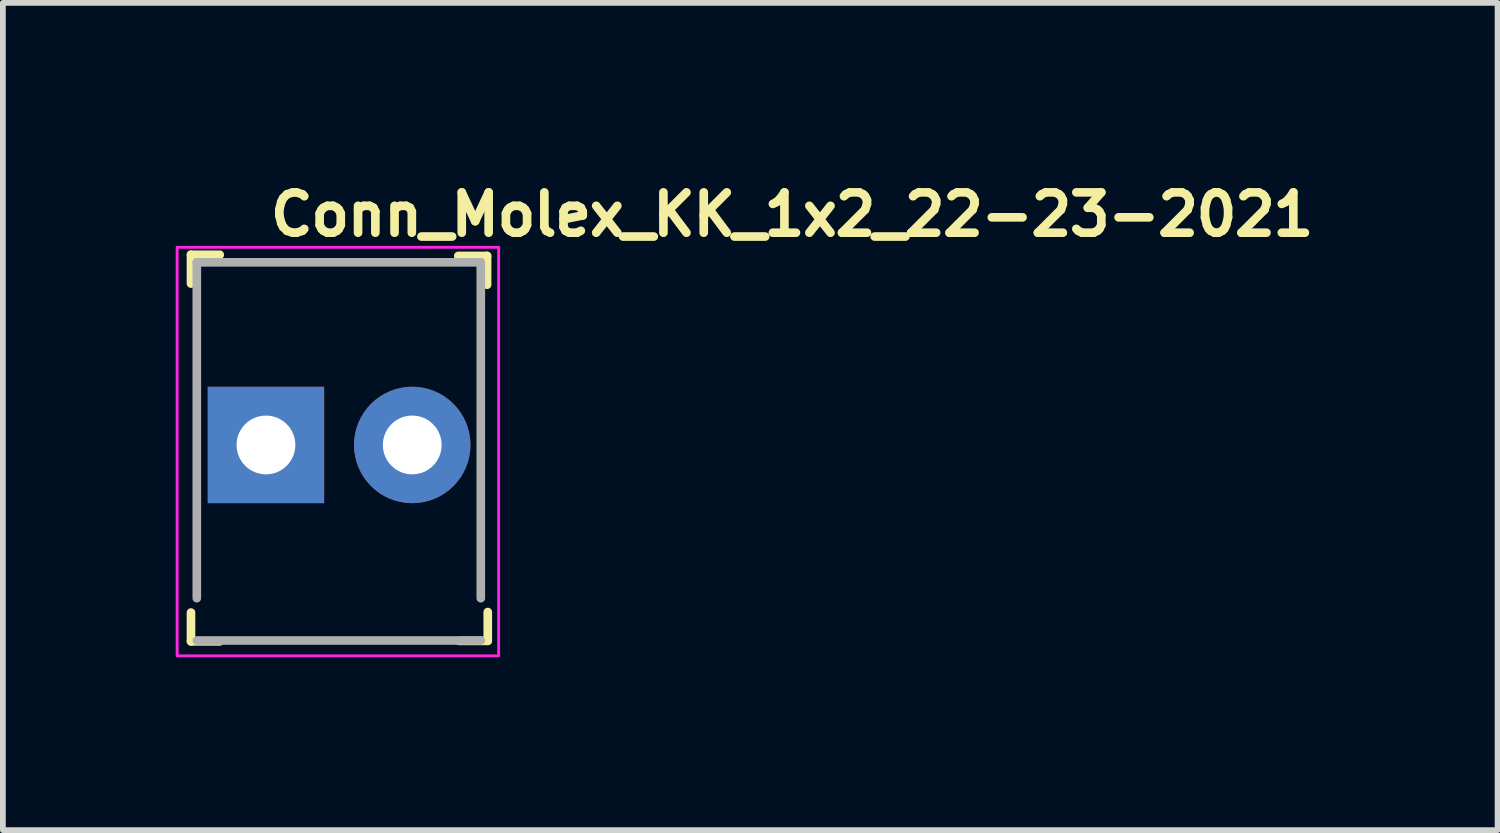
<source format=kicad_pcb>
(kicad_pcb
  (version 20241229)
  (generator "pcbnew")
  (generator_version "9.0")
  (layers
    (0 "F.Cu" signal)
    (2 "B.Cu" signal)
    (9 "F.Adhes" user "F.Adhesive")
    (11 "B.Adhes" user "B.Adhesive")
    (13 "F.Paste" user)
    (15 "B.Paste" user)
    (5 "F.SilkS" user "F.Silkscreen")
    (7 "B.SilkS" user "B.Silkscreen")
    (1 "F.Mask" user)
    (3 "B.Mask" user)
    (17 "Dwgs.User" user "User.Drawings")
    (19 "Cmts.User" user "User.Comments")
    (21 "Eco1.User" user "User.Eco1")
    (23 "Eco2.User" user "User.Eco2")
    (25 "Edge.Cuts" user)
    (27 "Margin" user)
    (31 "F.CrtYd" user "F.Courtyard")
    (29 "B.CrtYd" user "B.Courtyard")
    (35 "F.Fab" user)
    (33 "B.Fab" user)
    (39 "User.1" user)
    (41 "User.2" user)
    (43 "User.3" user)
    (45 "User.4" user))
  (footprint "Conn_Molex_KK_1x2_22-23-2021"
    (layer "F.Cu")
    (at 1.566 4.673)
    (property "Reference" "Conn_Molex_KK_1x2_22-23-2021" (at 0 -4 0) (layer "F.SilkS") (effects (font (size 0.7 0.7) (thickness 0.15)) (justify left)))
    (attr through_hole)
    (fp_line (start -1.301 -3.301) (end -1.301 -2.801) (stroke (width 0.15) (type solid)) (layer "F.SilkS"))
    (fp_line (start -1.301 -3.301) (end -0.802 -3.301) (stroke (width 0.15) (type solid)) (layer "F.SilkS"))
    (fp_line (start -1.301 3.409) (end -1.301 2.909) (stroke (width 0.15) (type solid)) (layer "F.SilkS"))
    (fp_line (start -1.301 3.409) (end -0.802 3.409) (stroke (width 0.15) (type solid)) (layer "F.SilkS"))
    (fp_line (start 3.838 -3.281) (end 3.338 -3.281) (stroke (width 0.15) (type solid)) (layer "F.SilkS"))
    (fp_line (start 3.838 -3.281) (end 3.838 -2.781) (stroke (width 0.15) (type solid)) (layer "F.SilkS"))
    (fp_line (start 3.85 3.4) (end 3.35 3.4) (stroke (width 0.15) (type solid)) (layer "F.SilkS"))
    (fp_line (start 3.85 3.4) (end 3.85 2.9) (stroke (width 0.15) (type solid)) (layer "F.SilkS"))
    (fp_rect (start -1.541 -3.431) (end 4.039 3.66) (stroke (width 0.05) (type solid)) (fill no) (layer "F.CrtYd"))
    (fp_line (start -1.2 -3.17) (end -1.2 2.66) (stroke (width 0.15) (type solid)) (layer "F.Fab"))
    (fp_line (start -1.2 -3.17) (end 3.729 -3.17) (stroke (width 0.15) (type solid)) (layer "F.Fab"))
    (fp_line (start -1.2 3.394) (end 3.729 3.394) (stroke (width 0.15) (type solid)) (layer "F.Fab"))
    (fp_line (start 3.729 -3.17) (end 3.729 2.66) (stroke (width 0.15) (type solid)) (layer "F.Fab"))
    (fp_rect (start -1.291 -3.181) (end 3.789 3.41) (stroke (width 0.1) (type solid)) (fill no) (layer "User.5"))
    (fp_line (start -1.291 -3.181) (end -1.291 -2.543) (stroke (width 0.02) (type solid)) (layer "User.9"))
    (fp_line (start -1.291 -3.181) (end -0.02 -3.181) (stroke (width 0.02) (type solid)) (layer "User.9"))
    (fp_line (start -1.291 -2.543) (end -1.291 -2.495) (stroke (width 0.02) (type solid)) (layer "User.9"))
    (fp_line (start -1.291 -2.543) (end -0.02 -2.543) (stroke (width 0.02) (type solid)) (layer "User.9"))
    (fp_line (start -1.291 -2.495) (end -1.291 -2.495) (stroke (width 0.02) (type solid)) (layer "User.9"))
    (fp_line (start -1.291 -2.495) (end -1.291 -2.372) (stroke (width 0.02) (type solid)) (layer "User.9"))
    (fp_line (start -1.291 -2.372) (end -1.291 -2.372) (stroke (width 0.02) (type solid)) (layer "User.9"))
    (fp_line (start -1.291 -2.372) (end -1.291 -2.089) (stroke (width 0.02) (type solid)) (layer "User.9"))
    (fp_line (start -1.291 -2.089) (end -1.291 -2.089) (stroke (width 0.02) (type solid)) (layer "User.9"))
    (fp_line (start -1.291 -2.089) (end -1.291 -2.023) (stroke (width 0.02) (type solid)) (layer "User.9"))
    (fp_line (start -1.291 -2.023) (end -1.291 -2.023) (stroke (width 0.02) (type solid)) (layer "User.9"))
    (fp_line (start -1.291 -2.023) (end -1.291 -1.962) (stroke (width 0.02) (type solid)) (layer "User.9"))
    (fp_line (start -1.291 -1.962) (end -1.291 -1.962) (stroke (width 0.02) (type solid)) (layer "User.9"))
    (fp_line (start -1.291 -1.962) (end -1.291 -1.909) (stroke (width 0.02) (type solid)) (layer "User.9"))
    (fp_line (start -1.291 -1.909) (end -1.291 -1.909) (stroke (width 0.02) (type solid)) (layer "User.9"))
    (fp_line (start -1.291 -1.909) (end -1.291 -1.867) (stroke (width 0.02) (type solid)) (layer "User.9"))
    (fp_line (start -1.291 -1.867) (end -1.291 -1.867) (stroke (width 0.02) (type solid)) (layer "User.9"))
    (fp_line (start -1.291 -1.867) (end -1.291 -1.835) (stroke (width 0.02) (type solid)) (layer "User.9"))
    (fp_line (start -1.291 -1.835) (end -1.291 -1.835) (stroke (width 0.02) (type solid)) (layer "User.9"))
    (fp_line (start -1.291 -1.835) (end -1.291 -1.817) (stroke (width 0.02) (type solid)) (layer "User.9"))
    (fp_line (start -1.291 -1.817) (end -1.291 -1.817) (stroke (width 0.02) (type solid)) (layer "User.9"))
    (fp_line (start -1.291 -1.817) (end -1.291 -1.809) (stroke (width 0.02) (type solid)) (layer "User.9"))
    (fp_line (start -1.291 -1.809) (end -1.291 3.394) (stroke (width 0.02) (type solid)) (layer "User.9"))
    (fp_line (start -1.291 -1.809) (end -0.02 -1.809) (stroke (width 0.02) (type solid)) (layer "User.9"))
    (fp_line (start -1.291 3.394) (end 3.789 3.394) (stroke (width 0.02) (type solid)) (layer "User.9"))
    (fp_line (start -0.339 -0.325) (end -0.339 0.31) (stroke (width 0.02) (type solid)) (layer "User.9"))
    (fp_line (start -0.339 -0.325) (end 0.296 -0.325) (stroke (width 0.02) (type solid)) (layer "User.9"))
    (fp_line (start -0.339 0.31) (end 0.296 0.31) (stroke (width 0.02) (type solid)) (layer "User.9"))
    (fp_line (start -0.02 -3.181) (end -0.02 -3.172) (stroke (width 0.02) (type solid)) (layer "User.9"))
    (fp_line (start -0.02 -3.181) (end 2.519 -3.181) (stroke (width 0.02) (type solid)) (layer "User.9"))
    (fp_line (start -0.02 -3.172) (end -0.02 -3.172) (stroke (width 0.02) (type solid)) (layer "User.9"))
    (fp_line (start -0.02 -3.172) (end -0.02 -3.141) (stroke (width 0.02) (type solid)) (layer "User.9"))
    (fp_line (start -0.02 -3.141) (end -0.02 -3.141) (stroke (width 0.02) (type solid)) (layer "User.9"))
    (fp_line (start -0.02 -3.141) (end -0.02 -3.093) (stroke (width 0.02) (type solid)) (layer "User.9"))
    (fp_line (start -0.02 -3.093) (end -0.02 -3.093) (stroke (width 0.02) (type solid)) (layer "User.9"))
    (fp_line (start -0.02 -3.093) (end -0.02 -3.025) (stroke (width 0.02) (type solid)) (layer "User.9"))
    (fp_line (start -0.02 -3.025) (end -0.02 -3.025) (stroke (width 0.02) (type solid)) (layer "User.9"))
    (fp_line (start -0.02 -3.025) (end -0.02 -2.943) (stroke (width 0.02) (type solid)) (layer "User.9"))
    (fp_line (start -0.02 -2.943) (end -0.02 -2.943) (stroke (width 0.02) (type solid)) (layer "User.9"))
    (fp_line (start -0.02 -2.943) (end -0.02 -2.848) (stroke (width 0.02) (type solid)) (layer "User.9"))
    (fp_line (start -0.02 -2.848) (end -0.02 -2.848) (stroke (width 0.02) (type solid)) (layer "User.9"))
    (fp_line (start -0.02 -2.848) (end -0.02 -2.743) (stroke (width 0.02) (type solid)) (layer "User.9"))
    (fp_line (start -0.02 -2.743) (end -0.02 -2.743) (stroke (width 0.02) (type solid)) (layer "User.9"))
    (fp_line (start -0.02 -2.743) (end -0.02 -2.404) (stroke (width 0.02) (type solid)) (layer "User.9"))
    (fp_line (start -0.02 -2.404) (end -0.02 -2.404) (stroke (width 0.02) (type solid)) (layer "User.9"))
    (fp_line (start -0.02 -2.404) (end -0.02 -2.193) (stroke (width 0.02) (type solid)) (layer "User.9"))
    (fp_line (start -0.02 -2.193) (end -0.02 -2.193) (stroke (width 0.02) (type solid)) (layer "User.9"))
    (fp_line (start -0.02 -2.193) (end -0.02 -2.101) (stroke (width 0.02) (type solid)) (layer "User.9"))
    (fp_line (start -0.02 -2.101) (end -0.02 -2.101) (stroke (width 0.02) (type solid)) (layer "User.9"))
    (fp_line (start -0.02 -2.101) (end -0.02 -2.024) (stroke (width 0.02) (type solid)) (layer "User.9"))
    (fp_line (start -0.02 -2.024) (end -0.02 -1.307) (stroke (width 0.02) (type solid)) (layer "User.9"))
    (fp_line (start -0.02 -1.149) (end -0.02 -1.307) (stroke (width 0.02) (type solid)) (layer "User.9"))
    (fp_line (start -0.02 -1.149) (end 2.519 -1.149) (stroke (width 0.02) (type solid)) (layer "User.9"))
    (fp_line (start 0.296 -0.325) (end 0.296 0.31) (stroke (width 0.02) (type solid)) (layer "User.9"))
    (fp_line (start 2.201 -0.325) (end 2.201 0.31) (stroke (width 0.02) (type solid)) (layer "User.9"))
    (fp_line (start 2.201 -0.325) (end 2.837 -0.325) (stroke (width 0.02) (type solid)) (layer "User.9"))
    (fp_line (start 2.201 0.31) (end 2.837 0.31) (stroke (width 0.02) (type solid)) (layer "User.9"))
    (fp_line (start 2.519 -3.181) (end 2.519 -3.172) (stroke (width 0.02) (type solid)) (layer "User.9"))
    (fp_line (start 2.519 -3.181) (end 3.789 -3.181) (stroke (width 0.02) (type solid)) (layer "User.9"))
    (fp_line (start 2.519 -3.172) (end 2.519 -3.172) (stroke (width 0.02) (type solid)) (layer "User.9"))
    (fp_line (start 2.519 -3.172) (end 2.519 -3.141) (stroke (width 0.02) (type solid)) (layer "User.9"))
    (fp_line (start 2.519 -3.141) (end 2.519 -3.141) (stroke (width 0.02) (type solid)) (layer "User.9"))
    (fp_line (start 2.519 -3.141) (end 2.519 -3.093) (stroke (width 0.02) (type solid)) (layer "User.9"))
    (fp_line (start 2.519 -3.093) (end 2.519 -3.093) (stroke (width 0.02) (type solid)) (layer "User.9"))
    (fp_line (start 2.519 -3.093) (end 2.519 -3.025) (stroke (width 0.02) (type solid)) (layer "User.9"))
    (fp_line (start 2.519 -3.025) (end 2.519 -3.025) (stroke (width 0.02) (type solid)) (layer "User.9"))
    (fp_line (start 2.519 -3.025) (end 2.519 -2.943) (stroke (width 0.02) (type solid)) (layer "User.9"))
    (fp_line (start 2.519 -2.943) (end 2.519 -2.943) (stroke (width 0.02) (type solid)) (layer "User.9"))
    (fp_line (start 2.519 -2.943) (end 2.519 -2.848) (stroke (width 0.02) (type solid)) (layer "User.9"))
    (fp_line (start 2.519 -2.848) (end 2.519 -2.848) (stroke (width 0.02) (type solid)) (layer "User.9"))
    (fp_line (start 2.519 -2.848) (end 2.519 -2.743) (stroke (width 0.02) (type solid)) (layer "User.9"))
    (fp_line (start 2.519 -2.743) (end 2.519 -2.743) (stroke (width 0.02) (type solid)) (layer "User.9"))
    (fp_line (start 2.519 -2.743) (end 2.519 -2.404) (stroke (width 0.02) (type solid)) (layer "User.9"))
    (fp_line (start 2.519 -2.543) (end 3.789 -2.543) (stroke (width 0.02) (type solid)) (layer "User.9"))
    (fp_line (start 2.519 -2.404) (end 2.519 -2.404) (stroke (width 0.02) (type solid)) (layer "User.9"))
    (fp_line (start 2.519 -2.404) (end 2.519 -2.193) (stroke (width 0.02) (type solid)) (layer "User.9"))
    (fp_line (start 2.519 -2.193) (end 2.519 -2.193) (stroke (width 0.02) (type solid)) (layer "User.9"))
    (fp_line (start 2.519 -2.193) (end 2.519 -2.101) (stroke (width 0.02) (type solid)) (layer "User.9"))
    (fp_line (start 2.519 -2.101) (end 2.519 -2.101) (stroke (width 0.02) (type solid)) (layer "User.9"))
    (fp_line (start 2.519 -2.101) (end 2.519 -2.024) (stroke (width 0.02) (type solid)) (layer "User.9"))
    (fp_line (start 2.519 -2.024) (end 2.519 -1.307) (stroke (width 0.02) (type solid)) (layer "User.9"))
    (fp_line (start 2.519 -1.809) (end 3.789 -1.809) (stroke (width 0.02) (type solid)) (layer "User.9"))
    (fp_line (start 2.519 -1.307) (end 2.519 -1.149) (stroke (width 0.02) (type solid)) (layer "User.9"))
    (fp_line (start 2.837 -0.325) (end 2.837 0.31) (stroke (width 0.02) (type solid)) (layer "User.9"))
    (fp_line (start 3.789 -3.181) (end 3.789 -2.543) (stroke (width 0.02) (type solid)) (layer "User.9"))
    (fp_line (start 3.789 -2.543) (end 3.789 -2.495) (stroke (width 0.02) (type solid)) (layer "User.9"))
    (fp_line (start 3.789 -2.495) (end 3.789 -2.495) (stroke (width 0.02) (type solid)) (layer "User.9"))
    (fp_line (start 3.789 -2.495) (end 3.789 -2.372) (stroke (width 0.02) (type solid)) (layer "User.9"))
    (fp_line (start 3.789 -2.372) (end 3.789 -2.372) (stroke (width 0.02) (type solid)) (layer "User.9"))
    (fp_line (start 3.789 -2.372) (end 3.789 -2.089) (stroke (width 0.02) (type solid)) (layer "User.9"))
    (fp_line (start 3.789 -2.089) (end 3.789 -2.089) (stroke (width 0.02) (type solid)) (layer "User.9"))
    (fp_line (start 3.789 -2.089) (end 3.789 -2.023) (stroke (width 0.02) (type solid)) (layer "User.9"))
    (fp_line (start 3.789 -2.023) (end 3.789 -2.023) (stroke (width 0.02) (type solid)) (layer "User.9"))
    (fp_line (start 3.789 -2.023) (end 3.789 -1.962) (stroke (width 0.02) (type solid)) (layer "User.9"))
    (fp_line (start 3.789 -1.962) (end 3.789 -1.962) (stroke (width 0.02) (type solid)) (layer "User.9"))
    (fp_line (start 3.789 -1.962) (end 3.789 -1.909) (stroke (width 0.02) (type solid)) (layer "User.9"))
    (fp_line (start 3.789 -1.909) (end 3.789 -1.909) (stroke (width 0.02) (type solid)) (layer "User.9"))
    (fp_line (start 3.789 -1.909) (end 3.789 -1.867) (stroke (width 0.02) (type solid)) (layer "User.9"))
    (fp_line (start 3.789 -1.867) (end 3.789 -1.867) (stroke (width 0.02) (type solid)) (layer "User.9"))
    (fp_line (start 3.789 -1.867) (end 3.789 -1.835) (stroke (width 0.02) (type solid)) (layer "User.9"))
    (fp_line (start 3.789 -1.835) (end 3.789 -1.835) (stroke (width 0.02) (type solid)) (layer "User.9"))
    (fp_line (start 3.789 -1.835) (end 3.789 -1.817) (stroke (width 0.02) (type solid)) (layer "User.9"))
    (fp_line (start 3.789 -1.817) (end 3.789 -1.817) (stroke (width 0.02) (type solid)) (layer "User.9"))
    (fp_line (start 3.789 -1.817) (end 3.789 -1.809) (stroke (width 0.02) (type solid)) (layer "User.9"))
    (fp_line (start 3.789 -1.809) (end 3.789 3.394) (stroke (width 0.02) (type solid)) (layer "User.9"))
    (pad "1" thru_hole rect (at 0 0) (size 2.02 2.02) (drill 1.02) (layers "*.Cu" "*.Mask"))
    (pad "2" thru_hole circle (at 2.539 0) (size 2.02 2.02) (drill 1.02) (layers "*.Cu" "*.Mask")))
  (gr_rect
    (start -3 -3)
    (end 22.943 11.358)
    (stroke (width 0.1) (type default))
    (fill no)
    (layer "Edge.Cuts")))
</source>
